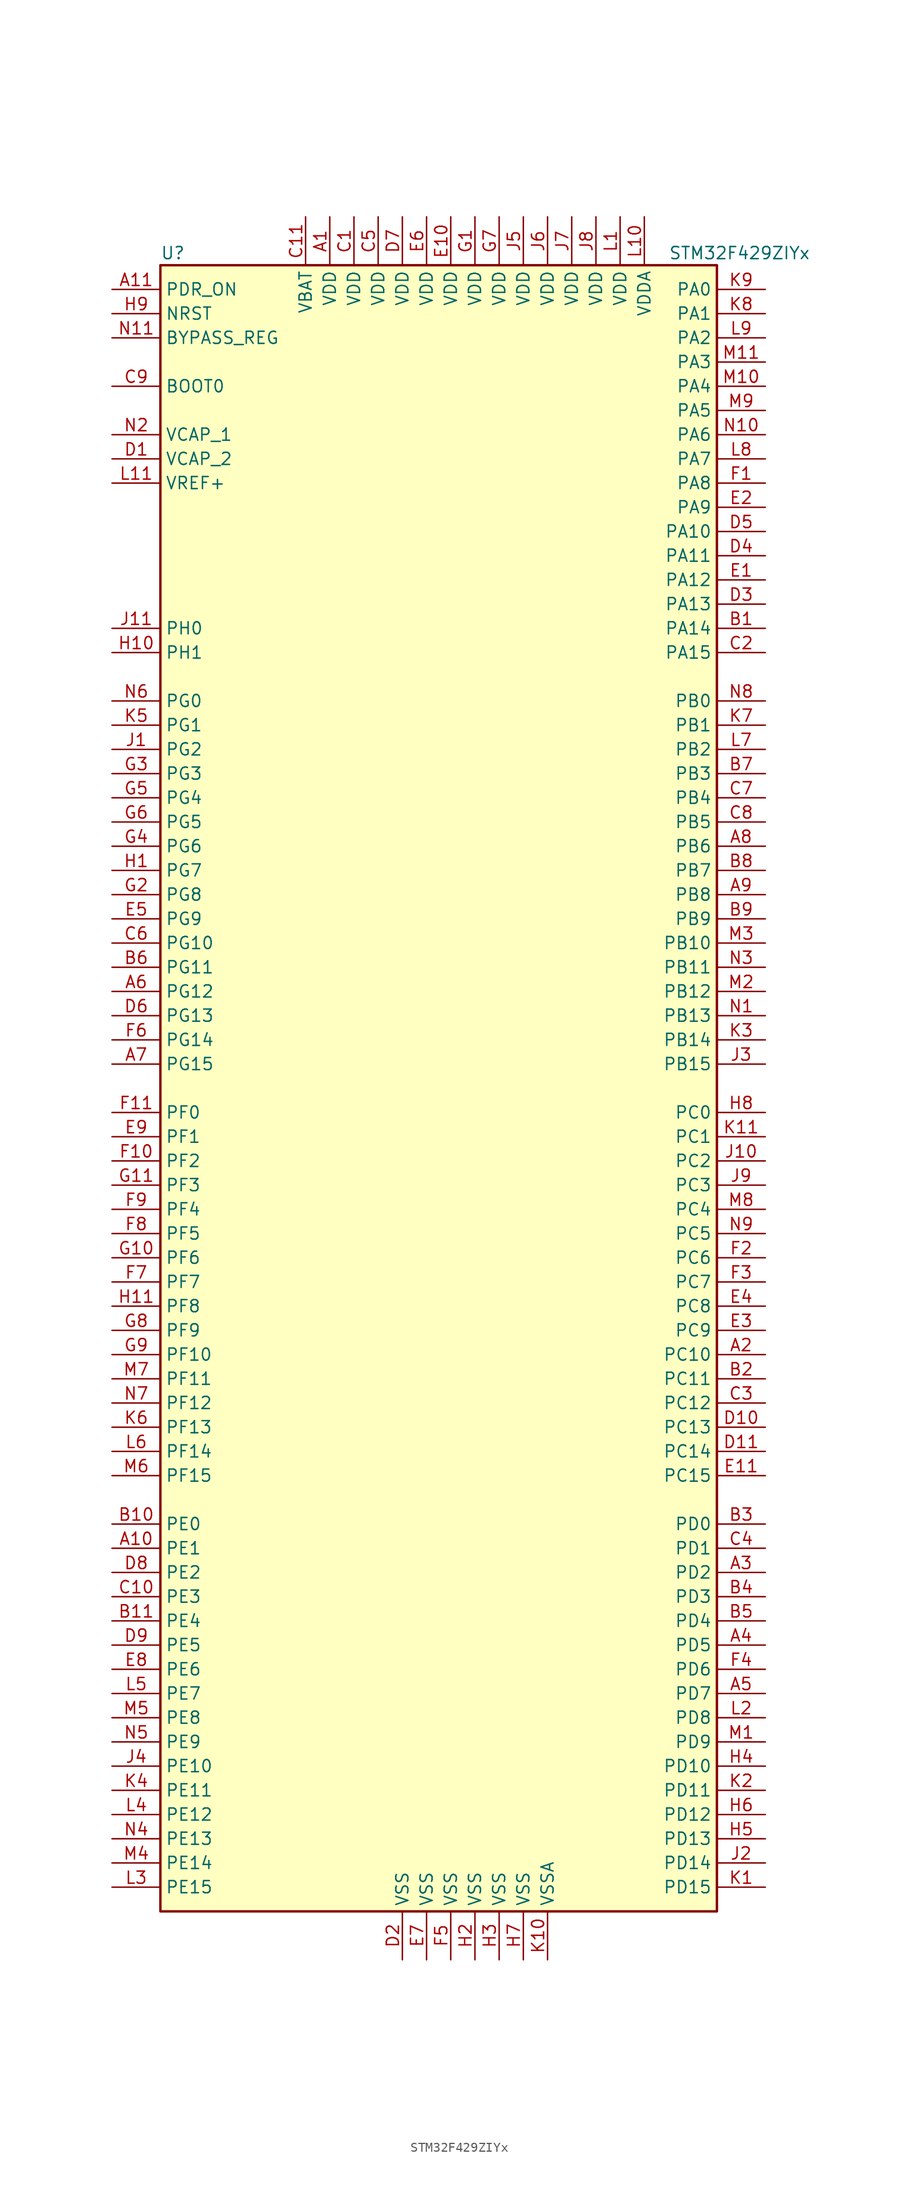
<source format=kicad_sym>
(kicad_symbol_lib
  (version 20220914)
  (generator kicad_symbol_editor)
  (symbol "STM32F429ZIYx"
    (property "Reference" "U"
      (at -30.48 87.63 0)
      (effects (font (size 1.27 1.27)) (justify left)))
    (property "Value" "STM32F429ZIYx"
      (at 22.86 87.63 0)
      (effects (font (size 1.27 1.27)) (justify left)))
    (symbol "STM32F429ZIYx_0_1"
      (rectangle (start -30.48 -86.36) (end 27.94 86.36) (stroke (width 0.254) (type default)) (fill (type background))))
    (symbol "STM32F429ZIYx_1_1"
      (pin power_in line (at -12.7 91.44 270) (length 5.08) (name "VDD" (effects (font (size 1.27 1.27)))) (number "A1" (effects (font (size 1.27 1.27)))))
      (pin bidirectional line (at -35.56 -48.26 0) (length 5.08) (name "PE1" (effects (font (size 1.27 1.27)))) (number "A10" (effects (font (size 1.27 1.27)))))
      (pin input line (at -35.56 83.82 0) (length 5.08) (name "PDR_ON" (effects (font (size 1.27 1.27)))) (number "A11" (effects (font (size 1.27 1.27)))))
      (pin bidirectional line (at 33.02 -27.94 180) (length 5.08) (name "PC10" (effects (font (size 1.27 1.27)))) (number "A2" (effects (font (size 1.27 1.27)))))
      (pin bidirectional line (at 33.02 -50.8 180) (length 5.08) (name "PD2" (effects (font (size 1.27 1.27)))) (number "A3" (effects (font (size 1.27 1.27)))))
      (pin bidirectional line (at 33.02 -58.42 180) (length 5.08) (name "PD5" (effects (font (size 1.27 1.27)))) (number "A4" (effects (font (size 1.27 1.27)))))
      (pin bidirectional line (at 33.02 -63.5 180) (length 5.08) (name "PD7" (effects (font (size 1.27 1.27)))) (number "A5" (effects (font (size 1.27 1.27)))))
      (pin bidirectional line (at -35.56 10.16 0) (length 5.08) (name "PG12" (effects (font (size 1.27 1.27)))) (number "A6" (effects (font (size 1.27 1.27)))))
      (pin bidirectional line (at -35.56 2.54 0) (length 5.08) (name "PG15" (effects (font (size 1.27 1.27)))) (number "A7" (effects (font (size 1.27 1.27)))))
      (pin bidirectional line (at 33.02 25.4 180) (length 5.08) (name "PB6" (effects (font (size 1.27 1.27)))) (number "A8" (effects (font (size 1.27 1.27)))))
      (pin bidirectional line (at 33.02 20.32 180) (length 5.08) (name "PB8" (effects (font (size 1.27 1.27)))) (number "A9" (effects (font (size 1.27 1.27)))))
      (pin bidirectional line (at 33.02 48.26 180) (length 5.08) (name "PA14" (effects (font (size 1.27 1.27)))) (number "B1" (effects (font (size 1.27 1.27)))))
      (pin bidirectional line (at -35.56 -45.72 0) (length 5.08) (name "PE0" (effects (font (size 1.27 1.27)))) (number "B10" (effects (font (size 1.27 1.27)))))
      (pin bidirectional line (at -35.56 -55.88 0) (length 5.08) (name "PE4" (effects (font (size 1.27 1.27)))) (number "B11" (effects (font (size 1.27 1.27)))))
      (pin bidirectional line (at 33.02 -30.48 180) (length 5.08) (name "PC11" (effects (font (size 1.27 1.27)))) (number "B2" (effects (font (size 1.27 1.27)))))
      (pin bidirectional line (at 33.02 -45.72 180) (length 5.08) (name "PD0" (effects (font (size 1.27 1.27)))) (number "B3" (effects (font (size 1.27 1.27)))))
      (pin bidirectional line (at 33.02 -53.34 180) (length 5.08) (name "PD3" (effects (font (size 1.27 1.27)))) (number "B4" (effects (font (size 1.27 1.27)))))
      (pin bidirectional line (at 33.02 -55.88 180) (length 5.08) (name "PD4" (effects (font (size 1.27 1.27)))) (number "B5" (effects (font (size 1.27 1.27)))))
      (pin bidirectional line (at -35.56 12.7 0) (length 5.08) (name "PG11" (effects (font (size 1.27 1.27)))) (number "B6" (effects (font (size 1.27 1.27)))))
      (pin bidirectional line (at 33.02 33.02 180) (length 5.08) (name "PB3" (effects (font (size 1.27 1.27)))) (number "B7" (effects (font (size 1.27 1.27)))))
      (pin bidirectional line (at 33.02 22.86 180) (length 5.08) (name "PB7" (effects (font (size 1.27 1.27)))) (number "B8" (effects (font (size 1.27 1.27)))))
      (pin bidirectional line (at 33.02 17.78 180) (length 5.08) (name "PB9" (effects (font (size 1.27 1.27)))) (number "B9" (effects (font (size 1.27 1.27)))))
      (pin power_in line (at -10.16 91.44 270) (length 5.08) (name "VDD" (effects (font (size 1.27 1.27)))) (number "C1" (effects (font (size 1.27 1.27)))))
      (pin bidirectional line (at -35.56 -53.34 0) (length 5.08) (name "PE3" (effects (font (size 1.27 1.27)))) (number "C10" (effects (font (size 1.27 1.27)))))
      (pin power_in line (at -15.24 91.44 270) (length 5.08) (name "VBAT" (effects (font (size 1.27 1.27)))) (number "C11" (effects (font (size 1.27 1.27)))))
      (pin bidirectional line (at 33.02 45.72 180) (length 5.08) (name "PA15" (effects (font (size 1.27 1.27)))) (number "C2" (effects (font (size 1.27 1.27)))))
      (pin bidirectional line (at 33.02 -33.02 180) (length 5.08) (name "PC12" (effects (font (size 1.27 1.27)))) (number "C3" (effects (font (size 1.27 1.27)))))
      (pin bidirectional line (at 33.02 -48.26 180) (length 5.08) (name "PD1" (effects (font (size 1.27 1.27)))) (number "C4" (effects (font (size 1.27 1.27)))))
      (pin power_in line (at -7.62 91.44 270) (length 5.08) (name "VDD" (effects (font (size 1.27 1.27)))) (number "C5" (effects (font (size 1.27 1.27)))))
      (pin bidirectional line (at -35.56 15.24 0) (length 5.08) (name "PG10" (effects (font (size 1.27 1.27)))) (number "C6" (effects (font (size 1.27 1.27)))))
      (pin bidirectional line (at 33.02 30.48 180) (length 5.08) (name "PB4" (effects (font (size 1.27 1.27)))) (number "C7" (effects (font (size 1.27 1.27)))))
      (pin bidirectional line (at 33.02 27.94 180) (length 5.08) (name "PB5" (effects (font (size 1.27 1.27)))) (number "C8" (effects (font (size 1.27 1.27)))))
      (pin input line (at -35.56 73.66 0) (length 5.08) (name "BOOT0" (effects (font (size 1.27 1.27)))) (number "C9" (effects (font (size 1.27 1.27)))))
      (pin power_in line (at -35.56 66.04 0) (length 5.08) (name "VCAP_2" (effects (font (size 1.27 1.27)))) (number "D1" (effects (font (size 1.27 1.27)))))
      (pin bidirectional line (at 33.02 -35.56 180) (length 5.08) (name "PC13" (effects (font (size 1.27 1.27)))) (number "D10" (effects (font (size 1.27 1.27)))))
      (pin bidirectional line (at 33.02 -38.1 180) (length 5.08) (name "PC14" (effects (font (size 1.27 1.27)))) (number "D11" (effects (font (size 1.27 1.27)))))
      (pin power_in line (at -5.08 -91.44 90) (length 5.08) (name "VSS" (effects (font (size 1.27 1.27)))) (number "D2" (effects (font (size 1.27 1.27)))))
      (pin bidirectional line (at 33.02 50.8 180) (length 5.08) (name "PA13" (effects (font (size 1.27 1.27)))) (number "D3" (effects (font (size 1.27 1.27)))))
      (pin bidirectional line (at 33.02 55.88 180) (length 5.08) (name "PA11" (effects (font (size 1.27 1.27)))) (number "D4" (effects (font (size 1.27 1.27)))))
      (pin bidirectional line (at 33.02 58.42 180) (length 5.08) (name "PA10" (effects (font (size 1.27 1.27)))) (number "D5" (effects (font (size 1.27 1.27)))))
      (pin bidirectional line (at -35.56 7.62 0) (length 5.08) (name "PG13" (effects (font (size 1.27 1.27)))) (number "D6" (effects (font (size 1.27 1.27)))))
      (pin power_in line (at -5.08 91.44 270) (length 5.08) (name "VDD" (effects (font (size 1.27 1.27)))) (number "D7" (effects (font (size 1.27 1.27)))))
      (pin bidirectional line (at -35.56 -50.8 0) (length 5.08) (name "PE2" (effects (font (size 1.27 1.27)))) (number "D8" (effects (font (size 1.27 1.27)))))
      (pin bidirectional line (at -35.56 -58.42 0) (length 5.08) (name "PE5" (effects (font (size 1.27 1.27)))) (number "D9" (effects (font (size 1.27 1.27)))))
      (pin bidirectional line (at 33.02 53.34 180) (length 5.08) (name "PA12" (effects (font (size 1.27 1.27)))) (number "E1" (effects (font (size 1.27 1.27)))))
      (pin power_in line (at 0 91.44 270) (length 5.08) (name "VDD" (effects (font (size 1.27 1.27)))) (number "E10" (effects (font (size 1.27 1.27)))))
      (pin bidirectional line (at 33.02 -40.64 180) (length 5.08) (name "PC15" (effects (font (size 1.27 1.27)))) (number "E11" (effects (font (size 1.27 1.27)))))
      (pin bidirectional line (at 33.02 60.96 180) (length 5.08) (name "PA9" (effects (font (size 1.27 1.27)))) (number "E2" (effects (font (size 1.27 1.27)))))
      (pin bidirectional line (at 33.02 -25.4 180) (length 5.08) (name "PC9" (effects (font (size 1.27 1.27)))) (number "E3" (effects (font (size 1.27 1.27)))))
      (pin bidirectional line (at 33.02 -22.86 180) (length 5.08) (name "PC8" (effects (font (size 1.27 1.27)))) (number "E4" (effects (font (size 1.27 1.27)))))
      (pin bidirectional line (at -35.56 17.78 0) (length 5.08) (name "PG9" (effects (font (size 1.27 1.27)))) (number "E5" (effects (font (size 1.27 1.27)))))
      (pin power_in line (at -2.54 91.44 270) (length 5.08) (name "VDD" (effects (font (size 1.27 1.27)))) (number "E6" (effects (font (size 1.27 1.27)))))
      (pin power_in line (at -2.54 -91.44 90) (length 5.08) (name "VSS" (effects (font (size 1.27 1.27)))) (number "E7" (effects (font (size 1.27 1.27)))))
      (pin bidirectional line (at -35.56 -60.96 0) (length 5.08) (name "PE6" (effects (font (size 1.27 1.27)))) (number "E8" (effects (font (size 1.27 1.27)))))
      (pin bidirectional line (at -35.56 -5.08 0) (length 5.08) (name "PF1" (effects (font (size 1.27 1.27)))) (number "E9" (effects (font (size 1.27 1.27)))))
      (pin bidirectional line (at 33.02 63.5 180) (length 5.08) (name "PA8" (effects (font (size 1.27 1.27)))) (number "F1" (effects (font (size 1.27 1.27)))))
      (pin bidirectional line (at -35.56 -7.62 0) (length 5.08) (name "PF2" (effects (font (size 1.27 1.27)))) (number "F10" (effects (font (size 1.27 1.27)))))
      (pin bidirectional line (at -35.56 -2.54 0) (length 5.08) (name "PF0" (effects (font (size 1.27 1.27)))) (number "F11" (effects (font (size 1.27 1.27)))))
      (pin bidirectional line (at 33.02 -17.78 180) (length 5.08) (name "PC6" (effects (font (size 1.27 1.27)))) (number "F2" (effects (font (size 1.27 1.27)))))
      (pin bidirectional line (at 33.02 -20.32 180) (length 5.08) (name "PC7" (effects (font (size 1.27 1.27)))) (number "F3" (effects (font (size 1.27 1.27)))))
      (pin bidirectional line (at 33.02 -60.96 180) (length 5.08) (name "PD6" (effects (font (size 1.27 1.27)))) (number "F4" (effects (font (size 1.27 1.27)))))
      (pin power_in line (at 0 -91.44 90) (length 5.08) (name "VSS" (effects (font (size 1.27 1.27)))) (number "F5" (effects (font (size 1.27 1.27)))))
      (pin bidirectional line (at -35.56 5.08 0) (length 5.08) (name "PG14" (effects (font (size 1.27 1.27)))) (number "F6" (effects (font (size 1.27 1.27)))))
      (pin bidirectional line (at -35.56 -20.32 0) (length 5.08) (name "PF7" (effects (font (size 1.27 1.27)))) (number "F7" (effects (font (size 1.27 1.27)))))
      (pin bidirectional line (at -35.56 -15.24 0) (length 5.08) (name "PF5" (effects (font (size 1.27 1.27)))) (number "F8" (effects (font (size 1.27 1.27)))))
      (pin bidirectional line (at -35.56 -12.7 0) (length 5.08) (name "PF4" (effects (font (size 1.27 1.27)))) (number "F9" (effects (font (size 1.27 1.27)))))
      (pin power_in line (at 2.54 91.44 270) (length 5.08) (name "VDD" (effects (font (size 1.27 1.27)))) (number "G1" (effects (font (size 1.27 1.27)))))
      (pin bidirectional line (at -35.56 -17.78 0) (length 5.08) (name "PF6" (effects (font (size 1.27 1.27)))) (number "G10" (effects (font (size 1.27 1.27)))))
      (pin bidirectional line (at -35.56 -10.16 0) (length 5.08) (name "PF3" (effects (font (size 1.27 1.27)))) (number "G11" (effects (font (size 1.27 1.27)))))
      (pin bidirectional line (at -35.56 20.32 0) (length 5.08) (name "PG8" (effects (font (size 1.27 1.27)))) (number "G2" (effects (font (size 1.27 1.27)))))
      (pin bidirectional line (at -35.56 33.02 0) (length 5.08) (name "PG3" (effects (font (size 1.27 1.27)))) (number "G3" (effects (font (size 1.27 1.27)))))
      (pin bidirectional line (at -35.56 25.4 0) (length 5.08) (name "PG6" (effects (font (size 1.27 1.27)))) (number "G4" (effects (font (size 1.27 1.27)))))
      (pin bidirectional line (at -35.56 30.48 0) (length 5.08) (name "PG4" (effects (font (size 1.27 1.27)))) (number "G5" (effects (font (size 1.27 1.27)))))
      (pin bidirectional line (at -35.56 27.94 0) (length 5.08) (name "PG5" (effects (font (size 1.27 1.27)))) (number "G6" (effects (font (size 1.27 1.27)))))
      (pin power_in line (at 5.08 91.44 270) (length 5.08) (name "VDD" (effects (font (size 1.27 1.27)))) (number "G7" (effects (font (size 1.27 1.27)))))
      (pin bidirectional line (at -35.56 -25.4 0) (length 5.08) (name "PF9" (effects (font (size 1.27 1.27)))) (number "G8" (effects (font (size 1.27 1.27)))))
      (pin bidirectional line (at -35.56 -27.94 0) (length 5.08) (name "PF10" (effects (font (size 1.27 1.27)))) (number "G9" (effects (font (size 1.27 1.27)))))
      (pin bidirectional line (at -35.56 22.86 0) (length 5.08) (name "PG7" (effects (font (size 1.27 1.27)))) (number "H1" (effects (font (size 1.27 1.27)))))
      (pin input line (at -35.56 45.72 0) (length 5.08) (name "PH1" (effects (font (size 1.27 1.27)))) (number "H10" (effects (font (size 1.27 1.27)))))
      (pin bidirectional line (at -35.56 -22.86 0) (length 5.08) (name "PF8" (effects (font (size 1.27 1.27)))) (number "H11" (effects (font (size 1.27 1.27)))))
      (pin power_in line (at 2.54 -91.44 90) (length 5.08) (name "VSS" (effects (font (size 1.27 1.27)))) (number "H2" (effects (font (size 1.27 1.27)))))
      (pin power_in line (at 5.08 -91.44 90) (length 5.08) (name "VSS" (effects (font (size 1.27 1.27)))) (number "H3" (effects (font (size 1.27 1.27)))))
      (pin bidirectional line (at 33.02 -71.12 180) (length 5.08) (name "PD10" (effects (font (size 1.27 1.27)))) (number "H4" (effects (font (size 1.27 1.27)))))
      (pin bidirectional line (at 33.02 -78.74 180) (length 5.08) (name "PD13" (effects (font (size 1.27 1.27)))) (number "H5" (effects (font (size 1.27 1.27)))))
      (pin bidirectional line (at 33.02 -76.2 180) (length 5.08) (name "PD12" (effects (font (size 1.27 1.27)))) (number "H6" (effects (font (size 1.27 1.27)))))
      (pin power_in line (at 7.62 -91.44 90) (length 5.08) (name "VSS" (effects (font (size 1.27 1.27)))) (number "H7" (effects (font (size 1.27 1.27)))))
      (pin bidirectional line (at 33.02 -2.54 180) (length 5.08) (name "PC0" (effects (font (size 1.27 1.27)))) (number "H8" (effects (font (size 1.27 1.27)))))
      (pin input line (at -35.56 81.28 0) (length 5.08) (name "NRST" (effects (font (size 1.27 1.27)))) (number "H9" (effects (font (size 1.27 1.27)))))
      (pin bidirectional line (at -35.56 35.56 0) (length 5.08) (name "PG2" (effects (font (size 1.27 1.27)))) (number "J1" (effects (font (size 1.27 1.27)))))
      (pin bidirectional line (at 33.02 -7.62 180) (length 5.08) (name "PC2" (effects (font (size 1.27 1.27)))) (number "J10" (effects (font (size 1.27 1.27)))))
      (pin input line (at -35.56 48.26 0) (length 5.08) (name "PH0" (effects (font (size 1.27 1.27)))) (number "J11" (effects (font (size 1.27 1.27)))))
      (pin bidirectional line (at 33.02 -81.28 180) (length 5.08) (name "PD14" (effects (font (size 1.27 1.27)))) (number "J2" (effects (font (size 1.27 1.27)))))
      (pin bidirectional line (at 33.02 2.54 180) (length 5.08) (name "PB15" (effects (font (size 1.27 1.27)))) (number "J3" (effects (font (size 1.27 1.27)))))
      (pin bidirectional line (at -35.56 -71.12 0) (length 5.08) (name "PE10" (effects (font (size 1.27 1.27)))) (number "J4" (effects (font (size 1.27 1.27)))))
      (pin power_in line (at 7.62 91.44 270) (length 5.08) (name "VDD" (effects (font (size 1.27 1.27)))) (number "J5" (effects (font (size 1.27 1.27)))))
      (pin power_in line (at 10.16 91.44 270) (length 5.08) (name "VDD" (effects (font (size 1.27 1.27)))) (number "J6" (effects (font (size 1.27 1.27)))))
      (pin power_in line (at 12.7 91.44 270) (length 5.08) (name "VDD" (effects (font (size 1.27 1.27)))) (number "J7" (effects (font (size 1.27 1.27)))))
      (pin power_in line (at 15.24 91.44 270) (length 5.08) (name "VDD" (effects (font (size 1.27 1.27)))) (number "J8" (effects (font (size 1.27 1.27)))))
      (pin bidirectional line (at 33.02 -10.16 180) (length 5.08) (name "PC3" (effects (font (size 1.27 1.27)))) (number "J9" (effects (font (size 1.27 1.27)))))
      (pin bidirectional line (at 33.02 -83.82 180) (length 5.08) (name "PD15" (effects (font (size 1.27 1.27)))) (number "K1" (effects (font (size 1.27 1.27)))))
      (pin power_in line (at 10.16 -91.44 90) (length 5.08) (name "VSSA" (effects (font (size 1.27 1.27)))) (number "K10" (effects (font (size 1.27 1.27)))))
      (pin bidirectional line (at 33.02 -5.08 180) (length 5.08) (name "PC1" (effects (font (size 1.27 1.27)))) (number "K11" (effects (font (size 1.27 1.27)))))
      (pin bidirectional line (at 33.02 -73.66 180) (length 5.08) (name "PD11" (effects (font (size 1.27 1.27)))) (number "K2" (effects (font (size 1.27 1.27)))))
      (pin bidirectional line (at 33.02 5.08 180) (length 5.08) (name "PB14" (effects (font (size 1.27 1.27)))) (number "K3" (effects (font (size 1.27 1.27)))))
      (pin bidirectional line (at -35.56 -73.66 0) (length 5.08) (name "PE11" (effects (font (size 1.27 1.27)))) (number "K4" (effects (font (size 1.27 1.27)))))
      (pin bidirectional line (at -35.56 38.1 0) (length 5.08) (name "PG1" (effects (font (size 1.27 1.27)))) (number "K5" (effects (font (size 1.27 1.27)))))
      (pin bidirectional line (at -35.56 -35.56 0) (length 5.08) (name "PF13" (effects (font (size 1.27 1.27)))) (number "K6" (effects (font (size 1.27 1.27)))))
      (pin bidirectional line (at 33.02 38.1 180) (length 5.08) (name "PB1" (effects (font (size 1.27 1.27)))) (number "K7" (effects (font (size 1.27 1.27)))))
      (pin bidirectional line (at 33.02 81.28 180) (length 5.08) (name "PA1" (effects (font (size 1.27 1.27)))) (number "K8" (effects (font (size 1.27 1.27)))))
      (pin bidirectional line (at 33.02 83.82 180) (length 5.08) (name "PA0" (effects (font (size 1.27 1.27)))) (number "K9" (effects (font (size 1.27 1.27)))))
      (pin power_in line (at 17.78 91.44 270) (length 5.08) (name "VDD" (effects (font (size 1.27 1.27)))) (number "L1" (effects (font (size 1.27 1.27)))))
      (pin power_in line (at 20.32 91.44 270) (length 5.08) (name "VDDA" (effects (font (size 1.27 1.27)))) (number "L10" (effects (font (size 1.27 1.27)))))
      (pin power_in line (at -35.56 63.5 0) (length 5.08) (name "VREF+" (effects (font (size 1.27 1.27)))) (number "L11" (effects (font (size 1.27 1.27)))))
      (pin bidirectional line (at 33.02 -66.04 180) (length 5.08) (name "PD8" (effects (font (size 1.27 1.27)))) (number "L2" (effects (font (size 1.27 1.27)))))
      (pin bidirectional line (at -35.56 -83.82 0) (length 5.08) (name "PE15" (effects (font (size 1.27 1.27)))) (number "L3" (effects (font (size 1.27 1.27)))))
      (pin bidirectional line (at -35.56 -76.2 0) (length 5.08) (name "PE12" (effects (font (size 1.27 1.27)))) (number "L4" (effects (font (size 1.27 1.27)))))
      (pin bidirectional line (at -35.56 -63.5 0) (length 5.08) (name "PE7" (effects (font (size 1.27 1.27)))) (number "L5" (effects (font (size 1.27 1.27)))))
      (pin bidirectional line (at -35.56 -38.1 0) (length 5.08) (name "PF14" (effects (font (size 1.27 1.27)))) (number "L6" (effects (font (size 1.27 1.27)))))
      (pin bidirectional line (at 33.02 35.56 180) (length 5.08) (name "PB2" (effects (font (size 1.27 1.27)))) (number "L7" (effects (font (size 1.27 1.27)))))
      (pin bidirectional line (at 33.02 66.04 180) (length 5.08) (name "PA7" (effects (font (size 1.27 1.27)))) (number "L8" (effects (font (size 1.27 1.27)))))
      (pin bidirectional line (at 33.02 78.74 180) (length 5.08) (name "PA2" (effects (font (size 1.27 1.27)))) (number "L9" (effects (font (size 1.27 1.27)))))
      (pin bidirectional line (at 33.02 -68.58 180) (length 5.08) (name "PD9" (effects (font (size 1.27 1.27)))) (number "M1" (effects (font (size 1.27 1.27)))))
      (pin bidirectional line (at 33.02 73.66 180) (length 5.08) (name "PA4" (effects (font (size 1.27 1.27)))) (number "M10" (effects (font (size 1.27 1.27)))))
      (pin bidirectional line (at 33.02 76.2 180) (length 5.08) (name "PA3" (effects (font (size 1.27 1.27)))) (number "M11" (effects (font (size 1.27 1.27)))))
      (pin bidirectional line (at 33.02 10.16 180) (length 5.08) (name "PB12" (effects (font (size 1.27 1.27)))) (number "M2" (effects (font (size 1.27 1.27)))))
      (pin bidirectional line (at 33.02 15.24 180) (length 5.08) (name "PB10" (effects (font (size 1.27 1.27)))) (number "M3" (effects (font (size 1.27 1.27)))))
      (pin bidirectional line (at -35.56 -81.28 0) (length 5.08) (name "PE14" (effects (font (size 1.27 1.27)))) (number "M4" (effects (font (size 1.27 1.27)))))
      (pin bidirectional line (at -35.56 -66.04 0) (length 5.08) (name "PE8" (effects (font (size 1.27 1.27)))) (number "M5" (effects (font (size 1.27 1.27)))))
      (pin bidirectional line (at -35.56 -40.64 0) (length 5.08) (name "PF15" (effects (font (size 1.27 1.27)))) (number "M6" (effects (font (size 1.27 1.27)))))
      (pin bidirectional line (at -35.56 -30.48 0) (length 5.08) (name "PF11" (effects (font (size 1.27 1.27)))) (number "M7" (effects (font (size 1.27 1.27)))))
      (pin bidirectional line (at 33.02 -12.7 180) (length 5.08) (name "PC4" (effects (font (size 1.27 1.27)))) (number "M8" (effects (font (size 1.27 1.27)))))
      (pin bidirectional line (at 33.02 71.12 180) (length 5.08) (name "PA5" (effects (font (size 1.27 1.27)))) (number "M9" (effects (font (size 1.27 1.27)))))
      (pin bidirectional line (at 33.02 7.62 180) (length 5.08) (name "PB13" (effects (font (size 1.27 1.27)))) (number "N1" (effects (font (size 1.27 1.27)))))
      (pin bidirectional line (at 33.02 68.58 180) (length 5.08) (name "PA6" (effects (font (size 1.27 1.27)))) (number "N10" (effects (font (size 1.27 1.27)))))
      (pin input line (at -35.56 78.74 0) (length 5.08) (name "BYPASS_REG" (effects (font (size 1.27 1.27)))) (number "N11" (effects (font (size 1.27 1.27)))))
      (pin power_in line (at -35.56 68.58 0) (length 5.08) (name "VCAP_1" (effects (font (size 1.27 1.27)))) (number "N2" (effects (font (size 1.27 1.27)))))
      (pin bidirectional line (at 33.02 12.7 180) (length 5.08) (name "PB11" (effects (font (size 1.27 1.27)))) (number "N3" (effects (font (size 1.27 1.27)))))
      (pin bidirectional line (at -35.56 -78.74 0) (length 5.08) (name "PE13" (effects (font (size 1.27 1.27)))) (number "N4" (effects (font (size 1.27 1.27)))))
      (pin bidirectional line (at -35.56 -68.58 0) (length 5.08) (name "PE9" (effects (font (size 1.27 1.27)))) (number "N5" (effects (font (size 1.27 1.27)))))
      (pin bidirectional line (at -35.56 40.64 0) (length 5.08) (name "PG0" (effects (font (size 1.27 1.27)))) (number "N6" (effects (font (size 1.27 1.27)))))
      (pin bidirectional line (at -35.56 -33.02 0) (length 5.08) (name "PF12" (effects (font (size 1.27 1.27)))) (number "N7" (effects (font (size 1.27 1.27)))))
      (pin bidirectional line (at 33.02 40.64 180) (length 5.08) (name "PB0" (effects (font (size 1.27 1.27)))) (number "N8" (effects (font (size 1.27 1.27)))))
      (pin bidirectional line (at 33.02 -15.24 180) (length 5.08) (name "PC5" (effects (font (size 1.27 1.27)))) (number "N9" (effects (font (size 1.27 1.27))))))))
</source>
